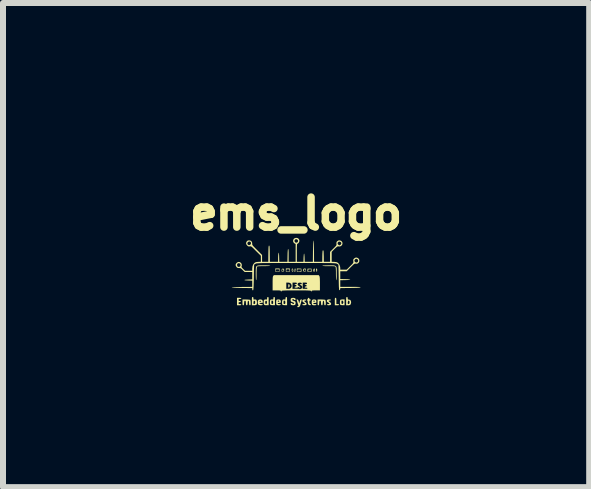
<source format=kicad_pcb>
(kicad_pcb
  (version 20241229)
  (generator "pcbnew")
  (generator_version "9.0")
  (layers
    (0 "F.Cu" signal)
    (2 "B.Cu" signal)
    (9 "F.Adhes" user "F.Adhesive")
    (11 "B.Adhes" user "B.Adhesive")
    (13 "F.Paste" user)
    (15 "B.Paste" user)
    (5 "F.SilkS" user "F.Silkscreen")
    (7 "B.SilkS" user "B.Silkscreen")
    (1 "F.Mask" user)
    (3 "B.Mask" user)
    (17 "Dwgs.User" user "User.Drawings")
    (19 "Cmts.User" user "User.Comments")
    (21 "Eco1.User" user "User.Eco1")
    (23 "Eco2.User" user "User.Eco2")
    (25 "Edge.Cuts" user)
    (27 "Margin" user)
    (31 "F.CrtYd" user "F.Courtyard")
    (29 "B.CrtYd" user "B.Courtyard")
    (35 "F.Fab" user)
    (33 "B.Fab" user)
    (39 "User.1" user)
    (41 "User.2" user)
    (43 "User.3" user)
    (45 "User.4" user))
  (footprint "ems_logo"
    (layer "F.Cu")
    (at 1.887 1.512)
    (property "Reference" "ems_logo" (at 0 -1 0) (layer "F.SilkS") (effects (font (size 0.5 0.5) (thickness 0.125))))
    (attr board_only exclude_from_pos_files exclude_from_bom)
    (fp_poly (pts (xy -0.112 0.182) (xy -0.107 0.195) (xy -0.107 0.211) (xy -0.111 0.221) (xy -0.119 0.233) (xy -0.126 0.232) (xy -0.13 0.22) (xy -0.13 0.205) (xy -0.129 0.186) (xy -0.125 0.177) (xy -0.121 0.176)) (stroke (width 0) (type solid)) (fill yes) (layer "F.SilkS"))
    (fp_poly (pts (xy 0.665 0.406) (xy 0.669 0.411) (xy 0.671 0.422) (xy 0.672 0.443) (xy 0.672 0.457) (xy 0.672 0.509) (xy 0.695 0.509) (xy 0.712 0.511) (xy 0.717 0.518) (xy 0.718 0.519) (xy 0.714 0.524) (xy 0.703 0.528) (xy 0.682 0.528) (xy 0.646 0.528) (xy 0.646 0.466) (xy 0.646 0.438) (xy 0.647 0.419) (xy 0.649 0.409) (xy 0.653 0.405) (xy 0.659 0.404)) (stroke (width 0) (type solid)) (fill yes) (layer "F.SilkS"))
    (fp_poly (pts (xy -0.051 -0.077) (xy -0.047 -0.059) (xy -0.047 -0.057) (xy -0.047 -0.041) (xy -0.05 -0.034) (xy -0.058 -0.033) (xy -0.067 -0.035) (xy -0.071 -0.043) (xy -0.072 -0.055) (xy -0.065 -0.055) (xy -0.063 -0.044) (xy -0.059 -0.042) (xy -0.053 -0.052) (xy -0.052 -0.059) (xy -0.055 -0.069) (xy -0.059 -0.072) (xy -0.064 -0.066) (xy -0.065 -0.055) (xy -0.072 -0.055) (xy -0.072 -0.059) (xy -0.071 -0.076) (xy -0.067 -0.083) (xy -0.06 -0.084)) (stroke (width 0) (type solid)) (fill yes) (layer "F.SilkS"))
    (fp_poly (pts (xy 0.309 -0.083) (xy 0.312 -0.074) (xy 0.313 -0.059) (xy 0.312 -0.042) (xy 0.308 -0.034) (xy 0.3 -0.033) (xy 0.291 -0.034) (xy 0.288 -0.042) (xy 0.288 -0.055) (xy 0.301 -0.055) (xy 0.302 -0.044) (xy 0.304 -0.043) (xy 0.304 -0.044) (xy 0.306 -0.057) (xy 0.305 -0.063) (xy 0.302 -0.066) (xy 0.301 -0.057) (xy 0.301 -0.055) (xy 0.288 -0.055) (xy 0.288 -0.057) (xy 0.292 -0.076) (xy 0.301 -0.083) (xy 0.302 -0.084)) (stroke (width 0) (type solid)) (fill yes) (layer "F.SilkS"))
    (fp_poly (pts (xy 0.349 -0.08) (xy 0.352 -0.066) (xy 0.352 -0.059) (xy 0.351 -0.041) (xy 0.345 -0.033) (xy 0.342 -0.033) (xy 0.336 -0.037) (xy 0.333 -0.051) (xy 0.333 -0.055) (xy 0.34 -0.055) (xy 0.341 -0.044) (xy 0.343 -0.043) (xy 0.343 -0.044) (xy 0.345 -0.057) (xy 0.344 -0.063) (xy 0.342 -0.066) (xy 0.341 -0.057) (xy 0.34 -0.055) (xy 0.333 -0.055) (xy 0.333 -0.059) (xy 0.334 -0.077) (xy 0.34 -0.084) (xy 0.342 -0.085)) (stroke (width 0) (type solid)) (fill yes) (layer "F.SilkS"))
    (fp_poly (pts (xy -0.011 -0.083) (xy -0.007 -0.074) (xy -0.007 -0.059) (xy -0.008 -0.042) (xy -0.012 -0.034) (xy -0.02 -0.033) (xy -0.029 -0.034) (xy -0.032 -0.042) (xy -0.031 -0.055) (xy -0.026 -0.055) (xy -0.023 -0.045) (xy -0.022 -0.043) (xy -0.016 -0.04) (xy -0.013 -0.046) (xy -0.013 -0.055) (xy -0.015 -0.068) (xy -0.02 -0.072) (xy -0.025 -0.067) (xy -0.026 -0.055) (xy -0.031 -0.055) (xy -0.031 -0.057) (xy -0.027 -0.076) (xy -0.019 -0.083) (xy -0.018 -0.084)) (stroke (width 0) (type solid)) (fill yes) (layer "F.SilkS"))
    (fp_poly (pts (xy -0.205 -0.08) (xy -0.2 -0.074) (xy -0.199 -0.059) (xy -0.2 -0.043) (xy -0.206 -0.036) (xy -0.221 -0.034) (xy -0.235 -0.033) (xy -0.24 -0.037) (xy -0.241 -0.05) (xy -0.24 -0.055) (xy -0.235 -0.055) (xy -0.231 -0.044) (xy -0.23 -0.043) (xy -0.22 -0.039) (xy -0.211 -0.045) (xy -0.209 -0.055) (xy -0.212 -0.068) (xy -0.222 -0.072) (xy -0.232 -0.067) (xy -0.235 -0.055) (xy -0.24 -0.055) (xy -0.24 -0.057) (xy -0.238 -0.073) (xy -0.232 -0.08) (xy -0.22 -0.082) (xy -0.219 -0.082)) (stroke (width 0) (type solid)) (fill yes) (layer "F.SilkS"))
    (fp_poly (pts (xy 0.161 -0.08) (xy 0.163 -0.068) (xy 0.163 -0.059) (xy 0.162 -0.042) (xy 0.158 -0.035) (xy 0.148 -0.033) (xy 0.143 -0.033) (xy 0.128 -0.035) (xy 0.12 -0.042) (xy 0.118 -0.055) (xy 0.13 -0.055) (xy 0.134 -0.043) (xy 0.144 -0.039) (xy 0.154 -0.043) (xy 0.157 -0.055) (xy 0.153 -0.068) (xy 0.144 -0.072) (xy 0.133 -0.068) (xy 0.13 -0.055) (xy 0.118 -0.055) (xy 0.118 -0.056) (xy 0.119 -0.066) (xy 0.123 -0.078) (xy 0.136 -0.083) (xy 0.142 -0.084) (xy 0.155 -0.084)) (stroke (width 0) (type solid)) (fill yes) (layer "F.SilkS"))
    (fp_poly (pts (xy 0.26 -0.057) (xy 0.262 -0.033) (xy 0.225 -0.033) (xy 0.188 -0.033) (xy 0.19 -0.055) (xy 0.202 -0.055) (xy 0.203 -0.044) (xy 0.21 -0.04) (xy 0.225 -0.04) (xy 0.227 -0.04) (xy 0.244 -0.043) (xy 0.251 -0.05) (xy 0.253 -0.057) (xy 0.253 -0.066) (xy 0.247 -0.071) (xy 0.232 -0.072) (xy 0.229 -0.072) (xy 0.212 -0.071) (xy 0.204 -0.067) (xy 0.202 -0.057) (xy 0.202 -0.055) (xy 0.19 -0.055) (xy 0.19 -0.057) (xy 0.192 -0.082) (xy 0.225 -0.082) (xy 0.258 -0.082)) (stroke (width 0) (type solid)) (fill yes) (layer "F.SilkS"))
    (fp_poly (pts (xy -0.274 -0.059) (xy -0.274 -0.033) (xy -0.31 -0.033) (xy -0.346 -0.033) (xy -0.346 -0.055) (xy -0.339 -0.055) (xy -0.338 -0.045) (xy -0.332 -0.041) (xy -0.318 -0.039) (xy -0.31 -0.039) (xy -0.292 -0.04) (xy -0.283 -0.043) (xy -0.281 -0.051) (xy -0.28 -0.055) (xy -0.282 -0.066) (xy -0.288 -0.07) (xy -0.302 -0.072) (xy -0.31 -0.072) (xy -0.328 -0.071) (xy -0.337 -0.068) (xy -0.339 -0.06) (xy -0.339 -0.055) (xy -0.346 -0.055) (xy -0.346 -0.059) (xy -0.346 -0.085) (xy -0.31 -0.085) (xy -0.274 -0.085)) (stroke (width 0) (type solid)) (fill yes) (layer "F.SilkS"))
    (fp_poly (pts (xy -0.104 -0.059) (xy -0.104 -0.033) (xy -0.137 -0.033) (xy -0.17 -0.033) (xy -0.17 -0.055) (xy -0.163 -0.055) (xy -0.162 -0.045) (xy -0.155 -0.04) (xy -0.139 -0.039) (xy -0.137 -0.039) (xy -0.12 -0.04) (xy -0.113 -0.044) (xy -0.111 -0.054) (xy -0.111 -0.055) (xy -0.112 -0.066) (xy -0.119 -0.071) (xy -0.135 -0.072) (xy -0.137 -0.072) (xy -0.154 -0.071) (xy -0.161 -0.067) (xy -0.163 -0.057) (xy -0.163 -0.055) (xy -0.17 -0.055) (xy -0.17 -0.059) (xy -0.17 -0.085) (xy -0.137 -0.085) (xy -0.104 -0.085)) (stroke (width 0) (type solid)) (fill yes) (layer "F.SilkS"))
    (fp_poly (pts (xy 0.051 -0.083) (xy 0.088 -0.082) (xy 0.09 -0.057) (xy 0.092 -0.033) (xy 0.053 -0.033) (xy 0.013 -0.033) (xy 0.013 -0.055) (xy 0.02 -0.055) (xy 0.021 -0.045) (xy 0.026 -0.041) (xy 0.038 -0.04) (xy 0.051 -0.04) (xy 0.07 -0.043) (xy 0.08 -0.047) (xy 0.083 -0.055) (xy 0.084 -0.057) (xy 0.084 -0.066) (xy 0.079 -0.07) (xy 0.066 -0.072) (xy 0.053 -0.072) (xy 0.033 -0.071) (xy 0.023 -0.069) (xy 0.02 -0.062) (xy 0.02 -0.055) (xy 0.013 -0.055) (xy 0.013 -0.059) (xy 0.013 -0.085)) (stroke (width 0) (type solid)) (fill yes) (layer "F.SilkS"))
    (fp_poly (pts (xy 0.809 0.479) (xy 0.809 0.527) (xy 0.777 0.527) (xy 0.757 0.526) (xy 0.742 0.523) (xy 0.738 0.52) (xy 0.733 0.509) (xy 0.731 0.489) (xy 0.731 0.479) (xy 0.757 0.479) (xy 0.759 0.5) (xy 0.765 0.509) (xy 0.776 0.506) (xy 0.782 0.499) (xy 0.789 0.484) (xy 0.787 0.468) (xy 0.78 0.455) (xy 0.771 0.451) (xy 0.762 0.451) (xy 0.758 0.457) (xy 0.757 0.471) (xy 0.757 0.479) (xy 0.731 0.479) (xy 0.731 0.468) (xy 0.734 0.449) (xy 0.738 0.438) (xy 0.749 0.434) (xy 0.768 0.431) (xy 0.778 0.431) (xy 0.809 0.431)) (stroke (width 0) (type solid)) (fill yes) (layer "F.SilkS"))
    (fp_poly (pts (xy -0.927 0.405) (xy -0.916 0.408) (xy -0.913 0.414) (xy -0.918 0.421) (xy -0.934 0.424) (xy -0.936 0.424) (xy -0.951 0.425) (xy -0.958 0.431) (xy -0.959 0.44) (xy -0.957 0.452) (xy -0.948 0.456) (xy -0.939 0.457) (xy -0.924 0.46) (xy -0.92 0.466) (xy -0.926 0.474) (xy -0.939 0.476) (xy -0.953 0.478) (xy -0.958 0.485) (xy -0.959 0.492) (xy -0.957 0.504) (xy -0.949 0.508) (xy -0.936 0.509) (xy -0.919 0.511) (xy -0.913 0.518) (xy -0.913 0.519) (xy -0.916 0.524) (xy -0.928 0.528) (xy -0.949 0.528) (xy -0.985 0.528) (xy -0.985 0.466) (xy -0.985 0.404) (xy -0.949 0.404)) (stroke (width 0) (type solid)) (fill yes) (layer "F.SilkS"))
    (fp_poly (pts (xy 0.084 0.481) (xy 0.076 0.507) (xy 0.069 0.53) (xy 0.062 0.545) (xy 0.061 0.546) (xy 0.051 0.556) (xy 0.037 0.561) (xy 0.025 0.56) (xy 0.02 0.553) (xy 0.02 0.552) (xy 0.025 0.542) (xy 0.033 0.538) (xy 0.042 0.533) (xy 0.039 0.525) (xy 0.034 0.515) (xy 0.027 0.496) (xy 0.02 0.473) (xy 0.008 0.43) (xy 0.022 0.432) (xy 0.032 0.437) (xy 0.04 0.451) (xy 0.044 0.463) (xy 0.048 0.481) (xy 0.052 0.493) (xy 0.052 0.496) (xy 0.054 0.492) (xy 0.058 0.479) (xy 0.061 0.466) (xy 0.067 0.446) (xy 0.074 0.435) (xy 0.083 0.432) (xy 0.097 0.43)) (stroke (width 0) (type solid)) (fill yes) (layer "F.SilkS"))
    (fp_poly (pts (xy 0.162 0.432) (xy 0.169 0.438) (xy 0.17 0.44) (xy 0.164 0.448) (xy 0.154 0.45) (xy 0.139 0.452) (xy 0.136 0.458) (xy 0.145 0.468) (xy 0.153 0.474) (xy 0.171 0.491) (xy 0.176 0.505) (xy 0.173 0.518) (xy 0.162 0.525) (xy 0.142 0.528) (xy 0.13 0.528) (xy 0.112 0.527) (xy 0.105 0.521) (xy 0.104 0.519) (xy 0.109 0.511) (xy 0.125 0.509) (xy 0.127 0.509) (xy 0.142 0.507) (xy 0.15 0.504) (xy 0.15 0.503) (xy 0.145 0.496) (xy 0.132 0.487) (xy 0.127 0.484) (xy 0.11 0.469) (xy 0.104 0.454) (xy 0.11 0.441) (xy 0.126 0.433) (xy 0.145 0.431)) (stroke (width 0) (type solid)) (fill yes) (layer "F.SilkS"))
    (fp_poly (pts (xy 0.573 0.432) (xy 0.58 0.438) (xy 0.581 0.44) (xy 0.575 0.448) (xy 0.561 0.45) (xy 0.546 0.452) (xy 0.543 0.458) (xy 0.552 0.467) (xy 0.561 0.473) (xy 0.577 0.486) (xy 0.585 0.502) (xy 0.582 0.517) (xy 0.58 0.519) (xy 0.569 0.525) (xy 0.553 0.528) (xy 0.536 0.528) (xy 0.521 0.525) (xy 0.515 0.519) (xy 0.515 0.519) (xy 0.521 0.511) (xy 0.534 0.509) (xy 0.552 0.507) (xy 0.556 0.501) (xy 0.549 0.492) (xy 0.538 0.485) (xy 0.519 0.472) (xy 0.512 0.459) (xy 0.515 0.444) (xy 0.516 0.443) (xy 0.525 0.435) (xy 0.541 0.431) (xy 0.558 0.43)) (stroke (width 0) (type solid)) (fill yes) (layer "F.SilkS"))
    (fp_poly (pts (xy 0.22 0.409) (xy 0.222 0.417) (xy 0.226 0.428) (xy 0.235 0.431) (xy 0.245 0.435) (xy 0.248 0.44) (xy 0.242 0.448) (xy 0.235 0.45) (xy 0.226 0.452) (xy 0.223 0.461) (xy 0.222 0.477) (xy 0.223 0.495) (xy 0.229 0.504) (xy 0.235 0.507) (xy 0.245 0.513) (xy 0.248 0.519) (xy 0.243 0.526) (xy 0.231 0.528) (xy 0.216 0.525) (xy 0.206 0.518) (xy 0.199 0.504) (xy 0.196 0.481) (xy 0.196 0.479) (xy 0.194 0.462) (xy 0.191 0.451) (xy 0.189 0.45) (xy 0.183 0.445) (xy 0.183 0.44) (xy 0.186 0.432) (xy 0.189 0.431) (xy 0.194 0.425) (xy 0.196 0.417) (xy 0.2 0.407) (xy 0.209 0.404)) (stroke (width 0) (type solid)) (fill yes) (layer "F.SilkS"))
    (fp_poly (pts (xy 0.857 0.394) (xy 0.861 0.405) (xy 0.861 0.413) (xy 0.862 0.427) (xy 0.869 0.433) (xy 0.882 0.434) (xy 0.901 0.439) (xy 0.914 0.454) (xy 0.918 0.478) (xy 0.917 0.488) (xy 0.911 0.51) (xy 0.901 0.523) (xy 0.882 0.528) (xy 0.867 0.528) (xy 0.835 0.528) (xy 0.835 0.499) (xy 0.862 0.499) (xy 0.865 0.507) (xy 0.872 0.509) (xy 0.874 0.509) (xy 0.886 0.503) (xy 0.891 0.493) (xy 0.892 0.474) (xy 0.888 0.459) (xy 0.879 0.451) (xy 0.875 0.451) (xy 0.867 0.458) (xy 0.863 0.475) (xy 0.862 0.481) (xy 0.862 0.499) (xy 0.835 0.499) (xy 0.835 0.46) (xy 0.835 0.429) (xy 0.836 0.409) (xy 0.838 0.398) (xy 0.841 0.393) (xy 0.846 0.391) (xy 0.848 0.391)) (stroke (width 0) (type solid)) (fill yes) (layer "F.SilkS"))
    (fp_poly (pts (xy -0.573 0.435) (xy -0.559 0.449) (xy -0.554 0.47) (xy -0.555 0.482) (xy -0.56 0.487) (xy -0.573 0.489) (xy -0.584 0.489) (xy -0.604 0.491) (xy -0.612 0.496) (xy -0.608 0.502) (xy -0.593 0.506) (xy -0.582 0.508) (xy -0.562 0.511) (xy -0.555 0.518) (xy -0.554 0.519) (xy -0.56 0.525) (xy -0.574 0.528) (xy -0.593 0.529) (xy -0.611 0.526) (xy -0.626 0.521) (xy -0.629 0.518) (xy -0.636 0.504) (xy -0.639 0.481) (xy -0.639 0.479) (xy -0.637 0.461) (xy -0.612 0.461) (xy -0.608 0.468) (xy -0.597 0.47) (xy -0.584 0.467) (xy -0.582 0.461) (xy -0.59 0.455) (xy -0.597 0.453) (xy -0.608 0.457) (xy -0.612 0.461) (xy -0.637 0.461) (xy -0.636 0.453) (xy -0.624 0.438) (xy -0.604 0.431) (xy -0.597 0.431)) (stroke (width 0) (type solid)) (fill yes) (layer "F.SilkS"))
    (fp_poly (pts (xy -0.715 0.394) (xy -0.711 0.405) (xy -0.711 0.413) (xy -0.71 0.428) (xy -0.705 0.433) (xy -0.691 0.432) (xy -0.674 0.432) (xy -0.662 0.437) (xy -0.656 0.449) (xy -0.653 0.468) (xy -0.652 0.49) (xy -0.655 0.509) (xy -0.66 0.521) (xy -0.671 0.525) (xy -0.689 0.528) (xy -0.703 0.528) (xy -0.737 0.528) (xy -0.737 0.499) (xy -0.71 0.499) (xy -0.708 0.507) (xy -0.701 0.508) (xy -0.697 0.508) (xy -0.687 0.504) (xy -0.683 0.495) (xy -0.682 0.479) (xy -0.683 0.462) (xy -0.687 0.455) (xy -0.695 0.453) (xy -0.703 0.456) (xy -0.708 0.465) (xy -0.71 0.482) (xy -0.71 0.499) (xy -0.737 0.499) (xy -0.737 0.46) (xy -0.737 0.429) (xy -0.736 0.409) (xy -0.734 0.398) (xy -0.731 0.393) (xy -0.726 0.391) (xy -0.724 0.391)) (stroke (width 0) (type solid)) (fill yes) (layer "F.SilkS"))
    (fp_poly (pts (xy -0.464 0.392) (xy -0.46 0.396) (xy -0.458 0.406) (xy -0.457 0.424) (xy -0.457 0.452) (xy -0.457 0.459) (xy -0.457 0.527) (xy -0.492 0.527) (xy -0.515 0.527) (xy -0.527 0.523) (xy -0.534 0.516) (xy -0.535 0.515) (xy -0.54 0.497) (xy -0.541 0.474) (xy -0.541 0.472) (xy -0.514 0.472) (xy -0.514 0.494) (xy -0.507 0.506) (xy -0.497 0.508) (xy -0.49 0.502) (xy -0.486 0.489) (xy -0.486 0.479) (xy -0.487 0.462) (xy -0.492 0.455) (xy -0.499 0.453) (xy -0.51 0.458) (xy -0.514 0.472) (xy -0.514 0.472) (xy -0.541 0.472) (xy -0.538 0.452) (xy -0.533 0.441) (xy -0.521 0.432) (xy -0.503 0.432) (xy -0.489 0.433) (xy -0.484 0.428) (xy -0.483 0.413) (xy -0.483 0.413) (xy -0.481 0.398) (xy -0.475 0.392) (xy -0.47 0.391)) (stroke (width 0) (type solid)) (fill yes) (layer "F.SilkS"))
    (fp_poly (pts (xy -0.541 -0.137) (xy -0.498 -0.137) (xy -0.465 -0.136) (xy -0.442 -0.134) (xy -0.431 -0.131) (xy -0.431 -0.13) (xy -0.437 -0.128) (xy -0.455 -0.126) (xy -0.485 -0.125) (xy -0.524 -0.124) (xy -0.538 -0.124) (xy -0.578 -0.124) (xy -0.607 -0.123) (xy -0.626 -0.122) (xy -0.639 -0.121) (xy -0.646 -0.118) (xy -0.651 -0.114) (xy -0.652 -0.111) (xy -0.654 -0.1) (xy -0.656 -0.079) (xy -0.658 -0.048) (xy -0.659 -0.012) (xy -0.659 0.006) (xy -0.659 0.048) (xy -0.66 0.08) (xy -0.662 0.101) (xy -0.665 0.11) (xy -0.665 0.111) (xy -0.668 0.105) (xy -0.67 0.086) (xy -0.671 0.057) (xy -0.672 0.017) (xy -0.672 0.001) (xy -0.672 -0.044) (xy -0.671 -0.079) (xy -0.669 -0.104) (xy -0.662 -0.12) (xy -0.65 -0.13) (xy -0.631 -0.135) (xy -0.604 -0.137) (xy -0.567 -0.137)) (stroke (width 0) (type solid)) (fill yes) (layer "F.SilkS"))
    (fp_poly (pts (xy -0.359 0.392) (xy -0.356 0.396) (xy -0.353 0.406) (xy -0.353 0.424) (xy -0.352 0.452) (xy -0.352 0.459) (xy -0.352 0.527) (xy -0.387 0.527) (xy -0.408 0.526) (xy -0.424 0.523) (xy -0.429 0.52) (xy -0.434 0.51) (xy -0.437 0.491) (xy -0.437 0.479) (xy -0.411 0.479) (xy -0.41 0.498) (xy -0.407 0.506) (xy -0.401 0.508) (xy -0.396 0.508) (xy -0.387 0.504) (xy -0.382 0.495) (xy -0.382 0.479) (xy -0.383 0.462) (xy -0.388 0.454) (xy -0.396 0.451) (xy -0.405 0.451) (xy -0.41 0.457) (xy -0.411 0.471) (xy -0.411 0.479) (xy -0.437 0.479) (xy -0.437 0.479) (xy -0.435 0.453) (xy -0.427 0.437) (xy -0.412 0.431) (xy -0.398 0.432) (xy -0.385 0.433) (xy -0.379 0.428) (xy -0.378 0.413) (xy -0.377 0.398) (xy -0.37 0.392) (xy -0.365 0.391)) (stroke (width 0) (type solid)) (fill yes) (layer "F.SilkS"))
    (fp_poly (pts (xy -0.157 0.392) (xy -0.153 0.396) (xy -0.151 0.406) (xy -0.15 0.424) (xy -0.15 0.452) (xy -0.15 0.459) (xy -0.15 0.527) (xy -0.185 0.527) (xy -0.206 0.526) (xy -0.222 0.523) (xy -0.227 0.52) (xy -0.232 0.51) (xy -0.234 0.491) (xy -0.235 0.479) (xy -0.209 0.479) (xy -0.208 0.498) (xy -0.205 0.506) (xy -0.198 0.508) (xy -0.194 0.508) (xy -0.184 0.504) (xy -0.18 0.495) (xy -0.179 0.479) (xy -0.181 0.462) (xy -0.185 0.454) (xy -0.194 0.451) (xy -0.203 0.451) (xy -0.207 0.457) (xy -0.209 0.471) (xy -0.209 0.479) (xy -0.235 0.479) (xy -0.235 0.479) (xy -0.232 0.453) (xy -0.224 0.437) (xy -0.21 0.431) (xy -0.196 0.432) (xy -0.182 0.433) (xy -0.177 0.428) (xy -0.176 0.413) (xy -0.174 0.398) (xy -0.168 0.392) (xy -0.163 0.391)) (stroke (width 0) (type solid)) (fill yes) (layer "F.SilkS"))
    (fp_poly (pts (xy 0.322 0.434) (xy 0.335 0.444) (xy 0.339 0.464) (xy 0.339 0.468) (xy 0.338 0.481) (xy 0.333 0.488) (xy 0.32 0.489) (xy 0.313 0.489) (xy 0.295 0.491) (xy 0.287 0.496) (xy 0.287 0.499) (xy 0.291 0.506) (xy 0.306 0.509) (xy 0.313 0.509) (xy 0.331 0.51) (xy 0.339 0.516) (xy 0.339 0.519) (xy 0.334 0.524) (xy 0.319 0.528) (xy 0.301 0.529) (xy 0.284 0.527) (xy 0.271 0.522) (xy 0.269 0.521) (xy 0.264 0.51) (xy 0.261 0.491) (xy 0.261 0.479) (xy 0.262 0.46) (xy 0.287 0.46) (xy 0.292 0.468) (xy 0.3 0.47) (xy 0.311 0.466) (xy 0.313 0.46) (xy 0.308 0.452) (xy 0.3 0.45) (xy 0.289 0.454) (xy 0.287 0.46) (xy 0.262 0.46) (xy 0.263 0.454) (xy 0.27 0.439) (xy 0.284 0.432) (xy 0.3 0.431)) (stroke (width 0) (type solid)) (fill yes) (layer "F.SilkS"))
    (fp_poly (pts (xy 0.623 -0.137) (xy 0.647 -0.133) (xy 0.662 -0.126) (xy 0.672 -0.114) (xy 0.677 -0.094) (xy 0.678 -0.065) (xy 0.678 -0.026) (xy 0.678 0.001) (xy 0.678 0.044) (xy 0.677 0.077) (xy 0.675 0.1) (xy 0.673 0.11) (xy 0.672 0.111) (xy 0.669 0.105) (xy 0.667 0.086) (xy 0.666 0.057) (xy 0.665 0.017) (xy 0.665 0.006) (xy 0.665 -0.032) (xy 0.664 -0.066) (xy 0.662 -0.092) (xy 0.66 -0.108) (xy 0.659 -0.111) (xy 0.655 -0.116) (xy 0.65 -0.119) (xy 0.64 -0.122) (xy 0.624 -0.123) (xy 0.599 -0.124) (xy 0.565 -0.124) (xy 0.544 -0.124) (xy 0.502 -0.124) (xy 0.469 -0.125) (xy 0.448 -0.127) (xy 0.438 -0.13) (xy 0.437 -0.13) (xy 0.443 -0.133) (xy 0.462 -0.135) (xy 0.491 -0.136) (xy 0.531 -0.137) (xy 0.548 -0.137) (xy 0.591 -0.137)) (stroke (width 0) (type solid)) (fill yes) (layer "F.SilkS"))
    (fp_poly (pts (xy -0.271 0.434) (xy -0.259 0.444) (xy -0.254 0.464) (xy -0.254 0.468) (xy -0.255 0.481) (xy -0.26 0.488) (xy -0.274 0.489) (xy -0.28 0.489) (xy -0.299 0.491) (xy -0.306 0.496) (xy -0.307 0.499) (xy -0.302 0.506) (xy -0.288 0.509) (xy -0.28 0.509) (xy -0.262 0.51) (xy -0.255 0.516) (xy -0.254 0.519) (xy -0.26 0.524) (xy -0.274 0.528) (xy -0.292 0.529) (xy -0.31 0.527) (xy -0.323 0.522) (xy -0.325 0.521) (xy -0.33 0.509) (xy -0.332 0.489) (xy -0.332 0.468) (xy -0.331 0.46) (xy -0.307 0.46) (xy -0.301 0.468) (xy -0.294 0.47) (xy -0.283 0.466) (xy -0.28 0.46) (xy -0.286 0.452) (xy -0.294 0.45) (xy -0.304 0.454) (xy -0.307 0.46) (xy -0.331 0.46) (xy -0.329 0.449) (xy -0.325 0.438) (xy -0.313 0.433) (xy -0.296 0.431) (xy -0.294 0.431)) (stroke (width 0) (type solid)) (fill yes) (layer "F.SilkS"))
    (fp_poly (pts (xy -0.024 0.408) (xy -0.01 0.418) (xy -0.007 0.432) (xy -0.011 0.441) (xy -0.021 0.443) (xy -0.033 0.436) (xy -0.036 0.433) (xy -0.047 0.425) (xy -0.055 0.426) (xy -0.064 0.434) (xy -0.063 0.443) (xy -0.052 0.451) (xy -0.044 0.454) (xy -0.022 0.461) (xy -0.01 0.471) (xy -0.007 0.488) (xy -0.007 0.492) (xy -0.01 0.512) (xy -0.02 0.524) (xy -0.041 0.528) (xy -0.049 0.528) (xy -0.068 0.527) (xy -0.081 0.522) (xy -0.083 0.521) (xy -0.09 0.508) (xy -0.09 0.496) (xy -0.083 0.489) (xy -0.081 0.489) (xy -0.068 0.494) (xy -0.062 0.5) (xy -0.051 0.507) (xy -0.043 0.507) (xy -0.033 0.499) (xy -0.035 0.49) (xy -0.046 0.482) (xy -0.054 0.479) (xy -0.076 0.472) (xy -0.087 0.461) (xy -0.091 0.444) (xy -0.091 0.441) (xy -0.088 0.421) (xy -0.077 0.409) (xy -0.057 0.405) (xy -0.049 0.404)) (stroke (width 0) (type solid)) (fill yes) (layer "F.SilkS"))
    (fp_poly (pts (xy -0.833 0.432) (xy -0.806 0.433) (xy -0.783 0.435) (xy -0.768 0.437) (xy -0.765 0.439) (xy -0.76 0.449) (xy -0.757 0.47) (xy -0.757 0.487) (xy -0.757 0.509) (xy -0.759 0.522) (xy -0.763 0.527) (xy -0.769 0.528) (xy -0.777 0.527) (xy -0.781 0.519) (xy -0.783 0.503) (xy -0.784 0.491) (xy -0.786 0.468) (xy -0.79 0.457) (xy -0.796 0.453) (xy -0.802 0.457) (xy -0.806 0.469) (xy -0.808 0.491) (xy -0.809 0.512) (xy -0.812 0.524) (xy -0.818 0.528) (xy -0.822 0.528) (xy -0.829 0.526) (xy -0.833 0.519) (xy -0.836 0.502) (xy -0.836 0.491) (xy -0.838 0.469) (xy -0.841 0.458) (xy -0.847 0.454) (xy -0.851 0.453) (xy -0.859 0.455) (xy -0.863 0.462) (xy -0.865 0.478) (xy -0.866 0.491) (xy -0.868 0.512) (xy -0.871 0.524) (xy -0.877 0.528) (xy -0.881 0.528) (xy -0.887 0.527) (xy -0.891 0.522) (xy -0.893 0.509) (xy -0.894 0.487) (xy -0.894 0.48) (xy -0.894 0.432)) (stroke (width 0) (type solid)) (fill yes) (layer "F.SilkS"))
    (fp_poly (pts (xy 0.419 0.432) (xy 0.447 0.433) (xy 0.469 0.435) (xy 0.484 0.437) (xy 0.488 0.439) (xy 0.492 0.449) (xy 0.495 0.47) (xy 0.496 0.487) (xy 0.495 0.509) (xy 0.493 0.522) (xy 0.489 0.527) (xy 0.483 0.528) (xy 0.476 0.527) (xy 0.471 0.519) (xy 0.469 0.503) (xy 0.468 0.491) (xy 0.466 0.468) (xy 0.462 0.457) (xy 0.457 0.453) (xy 0.451 0.457) (xy 0.447 0.469) (xy 0.445 0.491) (xy 0.443 0.512) (xy 0.44 0.524) (xy 0.434 0.528) (xy 0.431 0.528) (xy 0.423 0.526) (xy 0.419 0.519) (xy 0.417 0.502) (xy 0.416 0.491) (xy 0.414 0.469) (xy 0.411 0.458) (xy 0.406 0.454) (xy 0.401 0.453) (xy 0.394 0.455) (xy 0.389 0.462) (xy 0.387 0.478) (xy 0.386 0.491) (xy 0.384 0.512) (xy 0.381 0.524) (xy 0.376 0.528) (xy 0.371 0.528) (xy 0.365 0.527) (xy 0.361 0.522) (xy 0.359 0.509) (xy 0.359 0.487) (xy 0.359 0.48) (xy 0.359 0.432)) (stroke (width 0) (type solid)) (fill yes) (layer "F.SilkS"))
    (fp_poly (pts (xy 0.388 0.041) (xy 0.392 0.048) (xy 0.394 0.061) (xy 0.396 0.079) (xy 0.397 0.105) (xy 0.398 0.142) (xy 0.398 0.168) (xy 0.398 0.28) (xy 0.329 0.28) (xy 0.298 0.281) (xy 0.278 0.282) (xy 0.266 0.284) (xy 0.261 0.288) (xy 0.261 0.29) (xy 0.257 0.299) (xy 0.254 0.3) (xy 0.249 0.295) (xy 0.248 0.29) (xy 0.247 0.288) (xy 0.242 0.286) (xy 0.232 0.284) (xy 0.217 0.283) (xy 0.195 0.282) (xy 0.165 0.281) (xy 0.125 0.281) (xy 0.075 0.281) (xy 0.013 0.28) (xy 0.003 0.28) (xy -0.06 0.281) (xy -0.112 0.281) (xy -0.153 0.281) (xy -0.185 0.282) (xy -0.208 0.283) (xy -0.224 0.284) (xy -0.234 0.285) (xy -0.24 0.287) (xy -0.241 0.29) (xy -0.241 0.29) (xy -0.245 0.299) (xy -0.248 0.3) (xy -0.254 0.295) (xy -0.254 0.29) (xy -0.256 0.286) (xy -0.264 0.283) (xy -0.28 0.281) (xy -0.305 0.281) (xy -0.323 0.28) (xy -0.391 0.28) (xy -0.391 0.202) (xy -0.163 0.202) (xy -0.163 0.254) (xy -0.131 0.254) (xy -0.11 0.253) (xy -0.096 0.248) (xy -0.085 0.237) (xy -0.085 0.236) (xy -0.075 0.218) (xy -0.074 0.203) (xy -0.059 0.203) (xy -0.059 0.255) (xy -0.007 0.253) (xy 0.018 0.253) (xy 0.038 0.254) (xy 0.049 0.256) (xy 0.05 0.256) (xy 0.063 0.261) (xy 0.08 0.256) (xy 0.09 0.251) (xy 0.103 0.236) (xy 0.103 0.219) (xy 0.092 0.203) (xy 0.092 0.202) (xy 0.111 0.202) (xy 0.111 0.254) (xy 0.15 0.254) (xy 0.173 0.254) (xy 0.185 0.251) (xy 0.189 0.246) (xy 0.189 0.245) (xy 0.184 0.237) (xy 0.168 0.235) (xy 0.166 0.235) (xy 0.149 0.233) (xy 0.144 0.226) (xy 0.144 0.225) (xy 0.149 0.217) (xy 0.16 0.215) (xy 0.173 0.212) (xy 0.176 0.202) (xy 0.172 0.192) (xy 0.16 0.189) (xy 0.148 0.187) (xy 0.144 0.183) (xy 0.149 0.178) (xy 0.163 0.176) (xy 0.163 0.176) (xy 0.177 0.174) (xy 0.182 0.166) (xy 0.183 0.163) (xy 0.181 0.156) (xy 0.174 0.152) (xy 0.159 0.15) (xy 0.147 0.15) (xy 0.111 0.15) (xy 0.111 0.202) (xy 0.092 0.202) (xy 0.082 0.195) (xy 0.065 0.184) (xy 0.06 0.178) (xy 0.066 0.176) (xy 0.077 0.177) (xy 0.09 0.177) (xy 0.094 0.17) (xy 0.095 0.166) (xy 0.092 0.157) (xy 0.081 0.153) (xy 0.07 0.151) (xy 0.046 0.153) (xy 0.03 0.163) (xy 0.025 0.177) (xy 0.03 0.193) (xy 0.047 0.208) (xy 0.049 0.21) (xy 0.065 0.221) (xy 0.072 0.23) (xy 0.068 0.234) (xy 0.063 0.235) (xy 0.052 0.231) (xy 0.047 0.227) (xy 0.038 0.222) (xy 0.031 0.228) (xy 0.02 0.234) (xy 0.004 0.236) (xy -0.012 0.235) (xy -0.023 0.23) (xy -0.026 0.225) (xy -0.02 0.217) (xy -0.01 0.215) (xy 0.003 0.212) (xy 0.007 0.202) (xy 0.003 0.192) (xy -0.01 0.189) (xy -0.022 0.187) (xy -0.026 0.183) (xy -0.02 0.178) (xy -0.007 0.176) (xy -0.007 0.176) (xy 0.008 0.174) (xy 0.013 0.166) (xy 0.013 0.163) (xy 0.011 0.156) (xy 0.005 0.152) (xy -0.01 0.15) (xy -0.023 0.15) (xy -0.059 0.15) (xy -0.059 0.203) (xy -0.074 0.203) (xy -0.074 0.197) (xy -0.074 0.196) (xy -0.083 0.171) (xy -0.102 0.156) (xy -0.129 0.15) (xy -0.134 0.15) (xy -0.163 0.15) (xy -0.163 0.202) (xy -0.391 0.202) (xy -0.391 0.168) (xy -0.391 0.125) (xy -0.39 0.093) (xy -0.389 0.07) (xy -0.387 0.055) (xy -0.384 0.045) (xy -0.381 0.041) (xy -0.371 0.026) (xy 0.003 0.026) (xy 0.378 0.026)) (stroke (width 0) (type solid)) (fill yes) (layer "F.SilkS"))
    (fp_poly (pts (xy 0.023 -0.593) (xy 0.042 -0.581) (xy 0.054 -0.561) (xy 0.055 -0.557) (xy 0.055 -0.538) (xy 0.047 -0.518) (xy 0.034 -0.503) (xy 0.026 -0.499) (xy 0.022 -0.497) (xy 0.019 -0.494) (xy 0.016 -0.487) (xy 0.015 -0.475) (xy 0.014 -0.456) (xy 0.013 -0.429) (xy 0.013 -0.392) (xy 0.013 -0.345) (xy 0.013 -0.196) (xy 0.068 -0.196) (xy 0.123 -0.196) (xy 0.125 -0.264) (xy 0.127 -0.294) (xy 0.129 -0.317) (xy 0.132 -0.33) (xy 0.134 -0.333) (xy 0.137 -0.327) (xy 0.139 -0.309) (xy 0.141 -0.284) (xy 0.142 -0.264) (xy 0.144 -0.196) (xy 0.212 -0.196) (xy 0.28 -0.196) (xy 0.282 -0.373) (xy 0.283 -0.431) (xy 0.284 -0.477) (xy 0.285 -0.513) (xy 0.287 -0.538) (xy 0.289 -0.55) (xy 0.29 -0.551) (xy 0.292 -0.545) (xy 0.294 -0.526) (xy 0.296 -0.495) (xy 0.297 -0.453) (xy 0.298 -0.401) (xy 0.299 -0.373) (xy 0.3 -0.196) (xy 0.368 -0.196) (xy 0.437 -0.196) (xy 0.438 -0.292) (xy 0.439 -0.33) (xy 0.441 -0.357) (xy 0.442 -0.374) (xy 0.445 -0.384) (xy 0.448 -0.388) (xy 0.45 -0.388) (xy 0.454 -0.386) (xy 0.457 -0.379) (xy 0.459 -0.366) (xy 0.46 -0.343) (xy 0.461 -0.31) (xy 0.462 -0.292) (xy 0.463 -0.196) (xy 0.515 -0.196) (xy 0.567 -0.196) (xy 0.567 -0.279) (xy 0.567 -0.362) (xy 0.622 -0.417) (xy 0.645 -0.44) (xy 0.661 -0.457) (xy 0.67 -0.468) (xy 0.674 -0.478) (xy 0.674 -0.488) (xy 0.674 -0.495) (xy 0.693 -0.495) (xy 0.703 -0.483) (xy 0.704 -0.482) (xy 0.719 -0.472) (xy 0.73 -0.472) (xy 0.742 -0.481) (xy 0.744 -0.483) (xy 0.755 -0.499) (xy 0.754 -0.513) (xy 0.744 -0.525) (xy 0.727 -0.533) (xy 0.71 -0.531) (xy 0.697 -0.519) (xy 0.694 -0.511) (xy 0.693 -0.495) (xy 0.674 -0.495) (xy 0.673 -0.497) (xy 0.673 -0.517) (xy 0.679 -0.531) (xy 0.685 -0.538) (xy 0.706 -0.552) (xy 0.729 -0.554) (xy 0.752 -0.545) (xy 0.76 -0.538) (xy 0.773 -0.518) (xy 0.774 -0.497) (xy 0.767 -0.477) (xy 0.752 -0.461) (xy 0.732 -0.452) (xy 0.708 -0.453) (xy 0.707 -0.453) (xy 0.698 -0.454) (xy 0.688 -0.451) (xy 0.677 -0.443) (xy 0.66 -0.428) (xy 0.641 -0.41) (xy 0.594 -0.362) (xy 0.594 -0.28) (xy 0.594 -0.197) (xy 0.639 -0.195) (xy 0.666 -0.192) (xy 0.683 -0.188) (xy 0.696 -0.18) (xy 0.702 -0.176) (xy 0.724 -0.147) (xy 0.735 -0.112) (xy 0.737 -0.092) (xy 0.737 -0.065) (xy 0.791 -0.065) (xy 0.844 -0.065) (xy 0.901 -0.122) (xy 0.925 -0.146) (xy 0.941 -0.162) (xy 0.95 -0.175) (xy 0.955 -0.184) (xy 0.956 -0.194) (xy 0.955 -0.205) (xy 0.954 -0.206) (xy 0.954 -0.221) (xy 0.973 -0.221) (xy 0.975 -0.205) (xy 0.983 -0.195) (xy 0.999 -0.184) (xy 1.017 -0.186) (xy 1.027 -0.193) (xy 1.036 -0.209) (xy 1.033 -0.227) (xy 1.026 -0.236) (xy 1.011 -0.247) (xy 0.994 -0.244) (xy 0.984 -0.237) (xy 0.973 -0.221) (xy 0.954 -0.221) (xy 0.953 -0.226) (xy 0.957 -0.239) (xy 0.968 -0.251) (xy 0.989 -0.265) (xy 1.013 -0.267) (xy 1.035 -0.256) (xy 1.041 -0.251) (xy 1.054 -0.23) (xy 1.056 -0.206) (xy 1.045 -0.184) (xy 1.04 -0.178) (xy 1.025 -0.167) (xy 1.01 -0.164) (xy 0.998 -0.165) (xy 0.988 -0.166) (xy 0.979 -0.165) (xy 0.97 -0.16) (xy 0.957 -0.151) (xy 0.941 -0.135) (xy 0.917 -0.112) (xy 0.909 -0.104) (xy 0.845 -0.039) (xy 0.791 -0.039) (xy 0.737 -0.039) (xy 0.737 0.026) (xy 0.737 0.091) (xy 0.82 0.093) (xy 0.855 0.094) (xy 0.881 0.096) (xy 0.898 0.098) (xy 0.903 0.101) (xy 0.897 0.104) (xy 0.88 0.106) (xy 0.852 0.108) (xy 0.82 0.109) (xy 0.737 0.111) (xy 0.737 0.167) (xy 0.737 0.222) (xy 0.907 0.222) (xy 0.961 0.222) (xy 1.002 0.222) (xy 1.033 0.223) (xy 1.055 0.224) (xy 1.068 0.226) (xy 1.074 0.228) (xy 1.075 0.23) (xy 1.07 0.233) (xy 1.059 0.235) (xy 1.04 0.236) (xy 1.011 0.238) (xy 0.972 0.239) (xy 0.921 0.24) (xy 0.905 0.24) (xy 0.738 0.242) (xy 0.736 0.259) (xy 0.731 0.273) (xy 0.724 0.277) (xy 0.721 0.276) (xy 0.719 0.271) (xy 0.717 0.26) (xy 0.716 0.244) (xy 0.714 0.22) (xy 0.713 0.187) (xy 0.712 0.144) (xy 0.711 0.09) (xy 0.711 0.065) (xy 0.71 0.014) (xy 0.709 -0.033) (xy 0.708 -0.074) (xy 0.707 -0.107) (xy 0.707 -0.132) (xy 0.706 -0.146) (xy 0.706 -0.148) (xy 0.7 -0.153) (xy 0.687 -0.161) (xy 0.683 -0.163) (xy 0.68 -0.165) (xy 0.675 -0.167) (xy 0.669 -0.169) (xy 0.662 -0.17) (xy 0.651 -0.171) (xy 0.636 -0.172) (xy 0.617 -0.173) (xy 0.592 -0.174) (xy 0.562 -0.175) (xy 0.525 -0.175) (xy 0.48 -0.175) (xy 0.427 -0.176) (xy 0.364 -0.176) (xy 0.292 -0.176) (xy 0.209 -0.176) (xy 0.114 -0.176) (xy 0.008 -0.176) (xy 0.003 -0.176) (xy -0.104 -0.176) (xy -0.199 -0.176) (xy -0.282 -0.176) (xy -0.355 -0.176) (xy -0.418 -0.176) (xy -0.471 -0.175) (xy -0.517 -0.175) (xy -0.554 -0.175) (xy -0.585 -0.174) (xy -0.609 -0.173) (xy -0.629 -0.172) (xy -0.644 -0.171) (xy -0.655 -0.17) (xy -0.663 -0.169) (xy -0.668 -0.167) (xy -0.673 -0.165) (xy -0.677 -0.163) (xy -0.677 -0.163) (xy -0.691 -0.154) (xy -0.699 -0.149) (xy -0.699 -0.148) (xy -0.7 -0.142) (xy -0.7 -0.124) (xy -0.701 -0.095) (xy -0.702 -0.059) (xy -0.703 -0.016) (xy -0.704 0.033) (xy -0.704 0.065) (xy -0.705 0.126) (xy -0.707 0.175) (xy -0.708 0.213) (xy -0.71 0.241) (xy -0.712 0.261) (xy -0.714 0.273) (xy -0.717 0.279) (xy -0.721 0.28) (xy -0.726 0.276) (xy -0.73 0.267) (xy -0.731 0.257) (xy -0.731 0.242) (xy -0.902 0.24) (xy -0.958 0.239) (xy -1.003 0.238) (xy -1.038 0.236) (xy -1.061 0.234) (xy -1.072 0.232) (xy -1.073 0.232) (xy -1.067 0.229) (xy -1.048 0.227) (xy -1.017 0.226) (xy -0.976 0.225) (xy -0.923 0.224) (xy -0.902 0.223) (xy -0.731 0.222) (xy -0.731 0.17) (xy -0.731 0.118) (xy -0.797 0.116) (xy -0.832 0.114) (xy -0.853 0.112) (xy -0.862 0.108) (xy -0.857 0.105) (xy -0.84 0.102) (xy -0.81 0.1) (xy -0.796 0.099) (xy -0.731 0.097) (xy -0.731 0.036) (xy -0.731 -0.026) (xy -0.794 -0.026) (xy -0.857 -0.026) (xy -0.892 -0.06) (xy -0.91 -0.078) (xy -0.924 -0.088) (xy -0.936 -0.092) (xy -0.949 -0.092) (xy -0.951 -0.092) (xy -0.969 -0.093) (xy -0.983 -0.099) (xy -0.994 -0.111) (xy -1.007 -0.134) (xy -1.007 -0.145) (xy -0.985 -0.145) (xy -0.98 -0.124) (xy -0.967 -0.113) (xy -0.956 -0.111) (xy -0.941 -0.114) (xy -0.934 -0.119) (xy -0.926 -0.134) (xy -0.927 -0.152) (xy -0.936 -0.167) (xy -0.942 -0.17) (xy -0.961 -0.174) (xy -0.976 -0.166) (xy -0.984 -0.151) (xy -0.985 -0.145) (xy -1.007 -0.145) (xy -1.007 -0.155) (xy -0.994 -0.175) (xy -0.988 -0.181) (xy -0.966 -0.194) (xy -0.943 -0.193) (xy -0.927 -0.185) (xy -0.91 -0.166) (xy -0.904 -0.143) (xy -0.907 -0.126) (xy -0.91 -0.115) (xy -0.908 -0.106) (xy -0.901 -0.096) (xy -0.885 -0.08) (xy -0.882 -0.077) (xy -0.849 -0.046) (xy -0.79 -0.046) (xy -0.731 -0.046) (xy -0.731 -0.082) (xy -0.726 -0.123) (xy -0.713 -0.155) (xy -0.695 -0.176) (xy -0.683 -0.185) (xy -0.667 -0.191) (xy -0.645 -0.194) (xy -0.632 -0.195) (xy -0.587 -0.197) (xy -0.587 -0.247) (xy -0.587 -0.297) (xy -0.668 -0.377) (xy -0.697 -0.406) (xy -0.718 -0.427) (xy -0.734 -0.441) (xy -0.745 -0.45) (xy -0.754 -0.454) (xy -0.762 -0.455) (xy -0.77 -0.453) (xy -0.772 -0.453) (xy -0.788 -0.452) (xy -0.801 -0.456) (xy -0.815 -0.468) (xy -0.831 -0.49) (xy -0.833 -0.506) (xy -0.813 -0.506) (xy -0.809 -0.489) (xy -0.796 -0.477) (xy -0.794 -0.476) (xy -0.776 -0.475) (xy -0.76 -0.485) (xy -0.751 -0.501) (xy -0.751 -0.502) (xy -0.754 -0.52) (xy -0.764 -0.531) (xy -0.78 -0.535) (xy -0.797 -0.529) (xy -0.805 -0.522) (xy -0.813 -0.506) (xy -0.833 -0.506) (xy -0.834 -0.512) (xy -0.824 -0.534) (xy -0.821 -0.537) (xy -0.807 -0.55) (xy -0.788 -0.554) (xy -0.783 -0.554) (xy -0.758 -0.549) (xy -0.74 -0.534) (xy -0.732 -0.512) (xy -0.731 -0.5) (xy -0.732 -0.491) (xy -0.73 -0.482) (xy -0.725 -0.473) (xy -0.716 -0.46) (xy -0.7 -0.444) (xy -0.678 -0.421) (xy -0.65 -0.393) (xy -0.567 -0.31) (xy -0.567 -0.253) (xy -0.567 -0.196) (xy -0.515 -0.196) (xy -0.463 -0.196) (xy -0.462 -0.331) (xy -0.461 -0.377) (xy -0.46 -0.412) (xy -0.459 -0.436) (xy -0.457 -0.452) (xy -0.455 -0.462) (xy -0.452 -0.466) (xy -0.45 -0.466) (xy -0.447 -0.465) (xy -0.444 -0.459) (xy -0.442 -0.447) (xy -0.441 -0.428) (xy -0.44 -0.399) (xy -0.439 -0.361) (xy -0.439 -0.331) (xy -0.437 -0.196) (xy -0.369 -0.196) (xy -0.3 -0.196) (xy -0.299 -0.272) (xy -0.297 -0.31) (xy -0.295 -0.335) (xy -0.292 -0.347) (xy -0.288 -0.346) (xy -0.286 -0.332) (xy -0.283 -0.305) (xy -0.282 -0.272) (xy -0.28 -0.196) (xy -0.212 -0.196) (xy -0.144 -0.196) (xy -0.142 -0.301) (xy -0.141 -0.344) (xy -0.139 -0.375) (xy -0.137 -0.395) (xy -0.135 -0.406) (xy -0.132 -0.409) (xy -0.129 -0.407) (xy -0.127 -0.398) (xy -0.125 -0.381) (xy -0.124 -0.354) (xy -0.124 -0.315) (xy -0.124 -0.304) (xy -0.124 -0.196) (xy -0.065 -0.196) (xy -0.007 -0.196) (xy -0.007 -0.345) (xy -0.007 -0.494) (xy -0.023 -0.501) (xy -0.04 -0.515) (xy -0.049 -0.536) (xy -0.049 -0.545) (xy -0.026 -0.545) (xy -0.021 -0.527) (xy -0.006 -0.516) (xy 0.003 -0.515) (xy 0.018 -0.519) (xy 0.025 -0.523) (xy 0.033 -0.539) (xy 0.031 -0.555) (xy 0.02 -0.568) (xy 0.004 -0.574) (xy 0.003 -0.574) (xy -0.015 -0.569) (xy -0.025 -0.554) (xy -0.026 -0.545) (xy -0.049 -0.545) (xy -0.048 -0.558) (xy -0.038 -0.579) (xy -0.02 -0.591) (xy 0.001 -0.596)) (stroke (width 0) (type solid)) (fill yes) (layer "F.SilkS")))
  (gr_rect
    (start -3 -3)
    (end 6.775 5.073)
    (stroke (width 0.1) (type default))
    (fill no)
    (layer "Edge.Cuts")))
</source>
